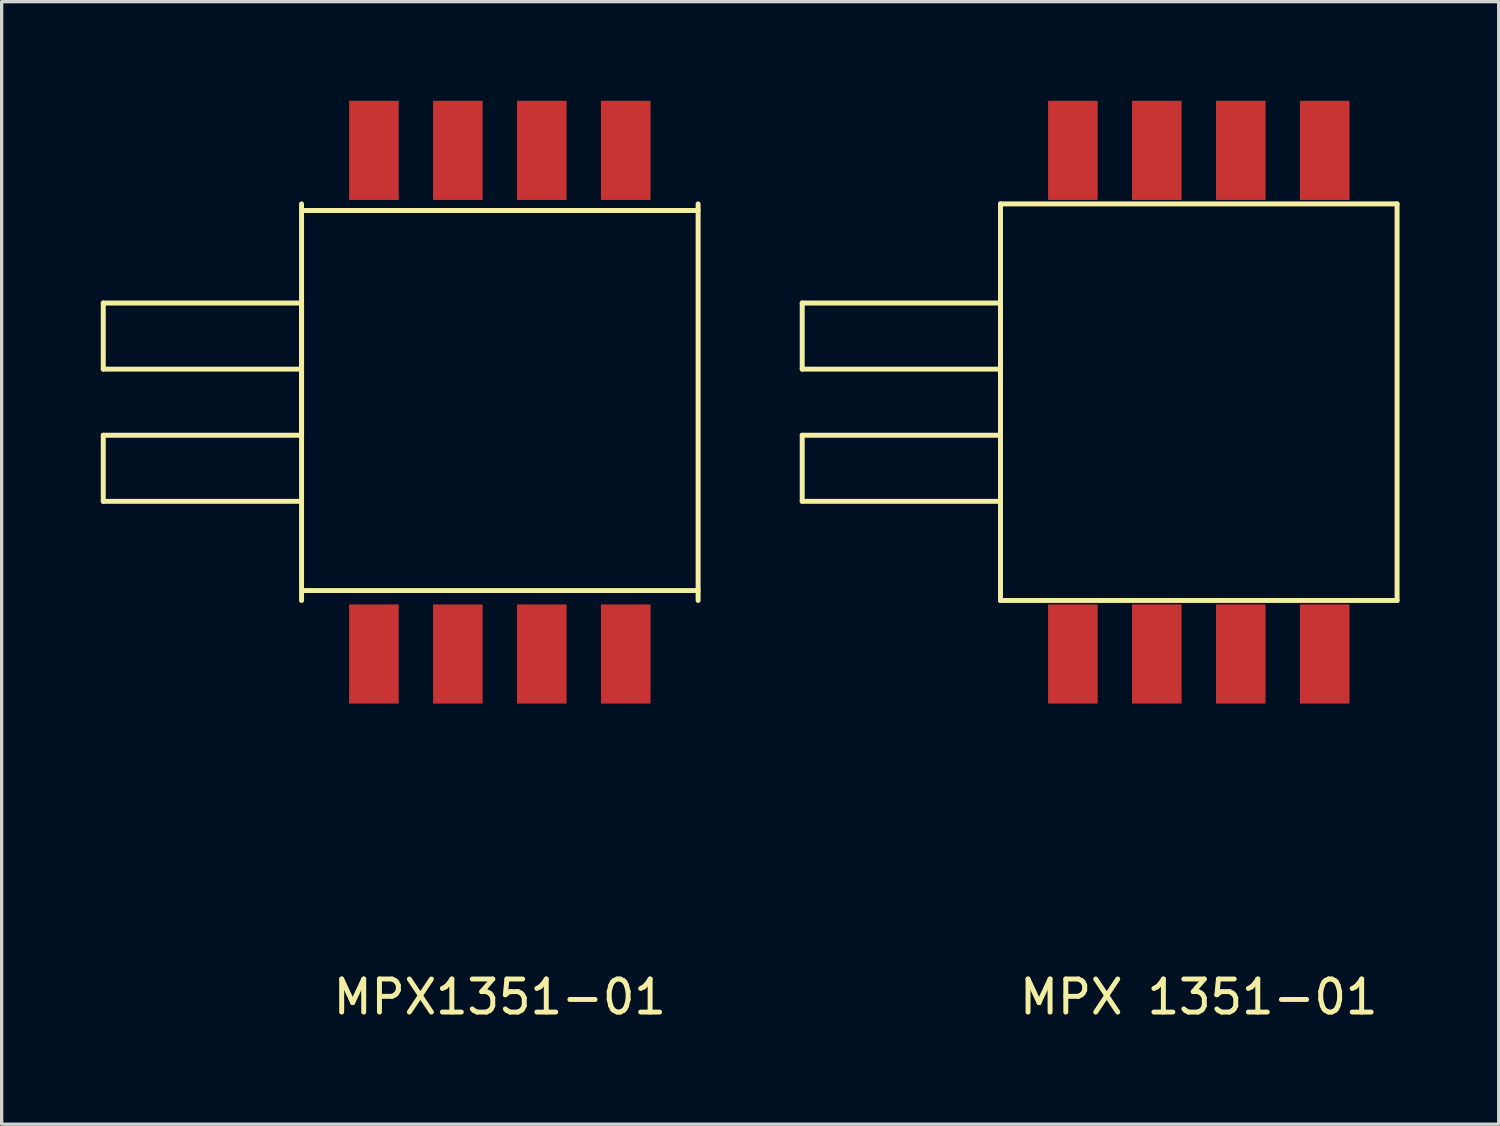
<source format=kicad_pcb>
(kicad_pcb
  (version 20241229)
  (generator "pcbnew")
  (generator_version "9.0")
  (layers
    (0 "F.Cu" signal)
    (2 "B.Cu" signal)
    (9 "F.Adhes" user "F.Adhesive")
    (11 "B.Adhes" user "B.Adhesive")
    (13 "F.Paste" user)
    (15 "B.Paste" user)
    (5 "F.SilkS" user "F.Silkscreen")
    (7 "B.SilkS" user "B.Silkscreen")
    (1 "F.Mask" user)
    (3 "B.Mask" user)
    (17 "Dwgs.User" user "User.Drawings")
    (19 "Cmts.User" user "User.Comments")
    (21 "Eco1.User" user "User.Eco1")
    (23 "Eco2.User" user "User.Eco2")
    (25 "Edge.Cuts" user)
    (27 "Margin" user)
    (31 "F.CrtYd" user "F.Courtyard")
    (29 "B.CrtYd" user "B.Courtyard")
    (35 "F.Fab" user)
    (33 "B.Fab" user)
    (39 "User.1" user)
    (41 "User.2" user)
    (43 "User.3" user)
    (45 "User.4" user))
  (footprint "MPX1351-01"
    (layer "F.Cu")
    (at 12.075 9.12)
    (property "Reference" "MPX1351-01" (at 0 18 0) (layer "F.SilkS") (effects (font (size 1 1) (thickness 0.15))))
    (attr through_hole)
    (fp_line (start -12 -3) (end -6 -3) (stroke (width 0.15) (type solid)) (layer "F.SilkS"))
    (fp_line (start -12 -1) (end -12 -3) (stroke (width 0.15) (type solid)) (layer "F.SilkS"))
    (fp_line (start -12 1) (end -12 3) (stroke (width 0.15) (type solid)) (layer "F.SilkS"))
    (fp_line (start -12 3) (end -6 3) (stroke (width 0.15) (type solid)) (layer "F.SilkS"))
    (fp_line (start -6 -6) (end -6 6) (stroke (width 0.15) (type solid)) (layer "F.SilkS"))
    (fp_line (start -6 -3) (end -6 1) (stroke (width 0.15) (type solid)) (layer "F.SilkS"))
    (fp_line (start -6 -1) (end -12 -1) (stroke (width 0.15) (type solid)) (layer "F.SilkS"))
    (fp_line (start -6 1) (end -12 1) (stroke (width 0.15) (type solid)) (layer "F.SilkS"))
    (fp_line (start -6 5.7) (end 6 5.7) (stroke (width 0.15) (type solid)) (layer "F.SilkS"))
    (fp_line (start 6 -5.8) (end -6 -5.8) (stroke (width 0.15) (type solid)) (layer "F.SilkS"))
    (fp_line (start 6 6) (end 6 -6) (stroke (width 0.15) (type solid)) (layer "F.SilkS"))
    (pad "1" smd rect (at -3.81 7.62) (size 1.5 3) (layers "F.Cu" "F.Mask" "F.Paste"))
    (pad "2" smd rect (at -1.27 7.62) (size 1.5 3) (layers "F.Cu" "F.Mask" "F.Paste"))
    (pad "3" smd rect (at 1.27 7.62) (size 1.5 3) (layers "F.Cu" "F.Mask" "F.Paste"))
    (pad "4" smd rect (at 3.81 7.62) (size 1.5 3) (layers "F.Cu" "F.Mask" "F.Paste"))
    (pad "5" smd rect (at -3.81 -7.62) (size 1.5 3) (layers "F.Cu" "F.Mask" "F.Paste"))
    (pad "6" smd rect (at -1.27 -7.62) (size 1.5 3) (layers "F.Cu" "F.Mask" "F.Paste"))
    (pad "7" smd rect (at 1.27 -7.62) (size 1.5 3) (layers "F.Cu" "F.Mask" "F.Paste"))
    (pad "8" smd rect (at 3.81 -7.62) (size 1.5 3) (layers "F.Cu" "F.Mask" "F.Paste")))
  (footprint "MPX 1351-01"
    (layer "F.Cu")
    (at 33.225 9.12)
    (property "Reference" "MPX 1351-01" (at 0 18 0) (layer "F.SilkS") (effects (font (size 1 1) (thickness 0.15))))
    (attr through_hole)
    (fp_line (start -12 -3) (end -6 -3) (stroke (width 0.15) (type solid)) (layer "F.SilkS"))
    (fp_line (start -12 -1) (end -12 -3) (stroke (width 0.15) (type solid)) (layer "F.SilkS"))
    (fp_line (start -12 1) (end -12 3) (stroke (width 0.15) (type solid)) (layer "F.SilkS"))
    (fp_line (start -12 3) (end -6 3) (stroke (width 0.15) (type solid)) (layer "F.SilkS"))
    (fp_line (start -6 -6) (end -6 6) (stroke (width 0.15) (type solid)) (layer "F.SilkS"))
    (fp_line (start -6 -3) (end -6 1) (stroke (width 0.15) (type solid)) (layer "F.SilkS"))
    (fp_line (start -6 -1) (end -12 -1) (stroke (width 0.15) (type solid)) (layer "F.SilkS"))
    (fp_line (start -6 1) (end -12 1) (stroke (width 0.15) (type solid)) (layer "F.SilkS"))
    (fp_line (start -6 6) (end 6 6) (stroke (width 0.15) (type solid)) (layer "F.SilkS"))
    (fp_line (start 6 -6) (end -6 -6) (stroke (width 0.15) (type solid)) (layer "F.SilkS"))
    (fp_line (start 6 6) (end 6 -6) (stroke (width 0.15) (type solid)) (layer "F.SilkS"))
    (pad "1" smd rect (at -3.81 7.62) (size 1.5 3) (layers "F.Cu" "F.Mask" "F.Paste"))
    (pad "2" smd rect (at -1.27 7.62) (size 1.5 3) (layers "F.Cu" "F.Mask" "F.Paste"))
    (pad "3" smd rect (at 1.27 7.62) (size 1.5 3) (layers "F.Cu" "F.Mask" "F.Paste"))
    (pad "4" smd rect (at 3.81 7.62) (size 1.5 3) (layers "F.Cu" "F.Mask" "F.Paste"))
    (pad "5" smd rect (at -3.81 -7.62) (size 1.5 3) (layers "F.Cu" "F.Mask" "F.Paste"))
    (pad "6" smd rect (at -1.27 -7.62) (size 1.5 3) (layers "F.Cu" "F.Mask" "F.Paste"))
    (pad "7" smd rect (at 1.27 -7.62) (size 1.5 3) (layers "F.Cu" "F.Mask" "F.Paste"))
    (pad "8" smd rect (at 3.81 -7.62) (size 1.5 3) (layers "F.Cu" "F.Mask" "F.Paste")))
  (gr_rect
    (start -3 -3)
    (end 42.3 30.968)
    (stroke (width 0.1) (type default))
    (fill no)
    (layer "Edge.Cuts")))
</source>
